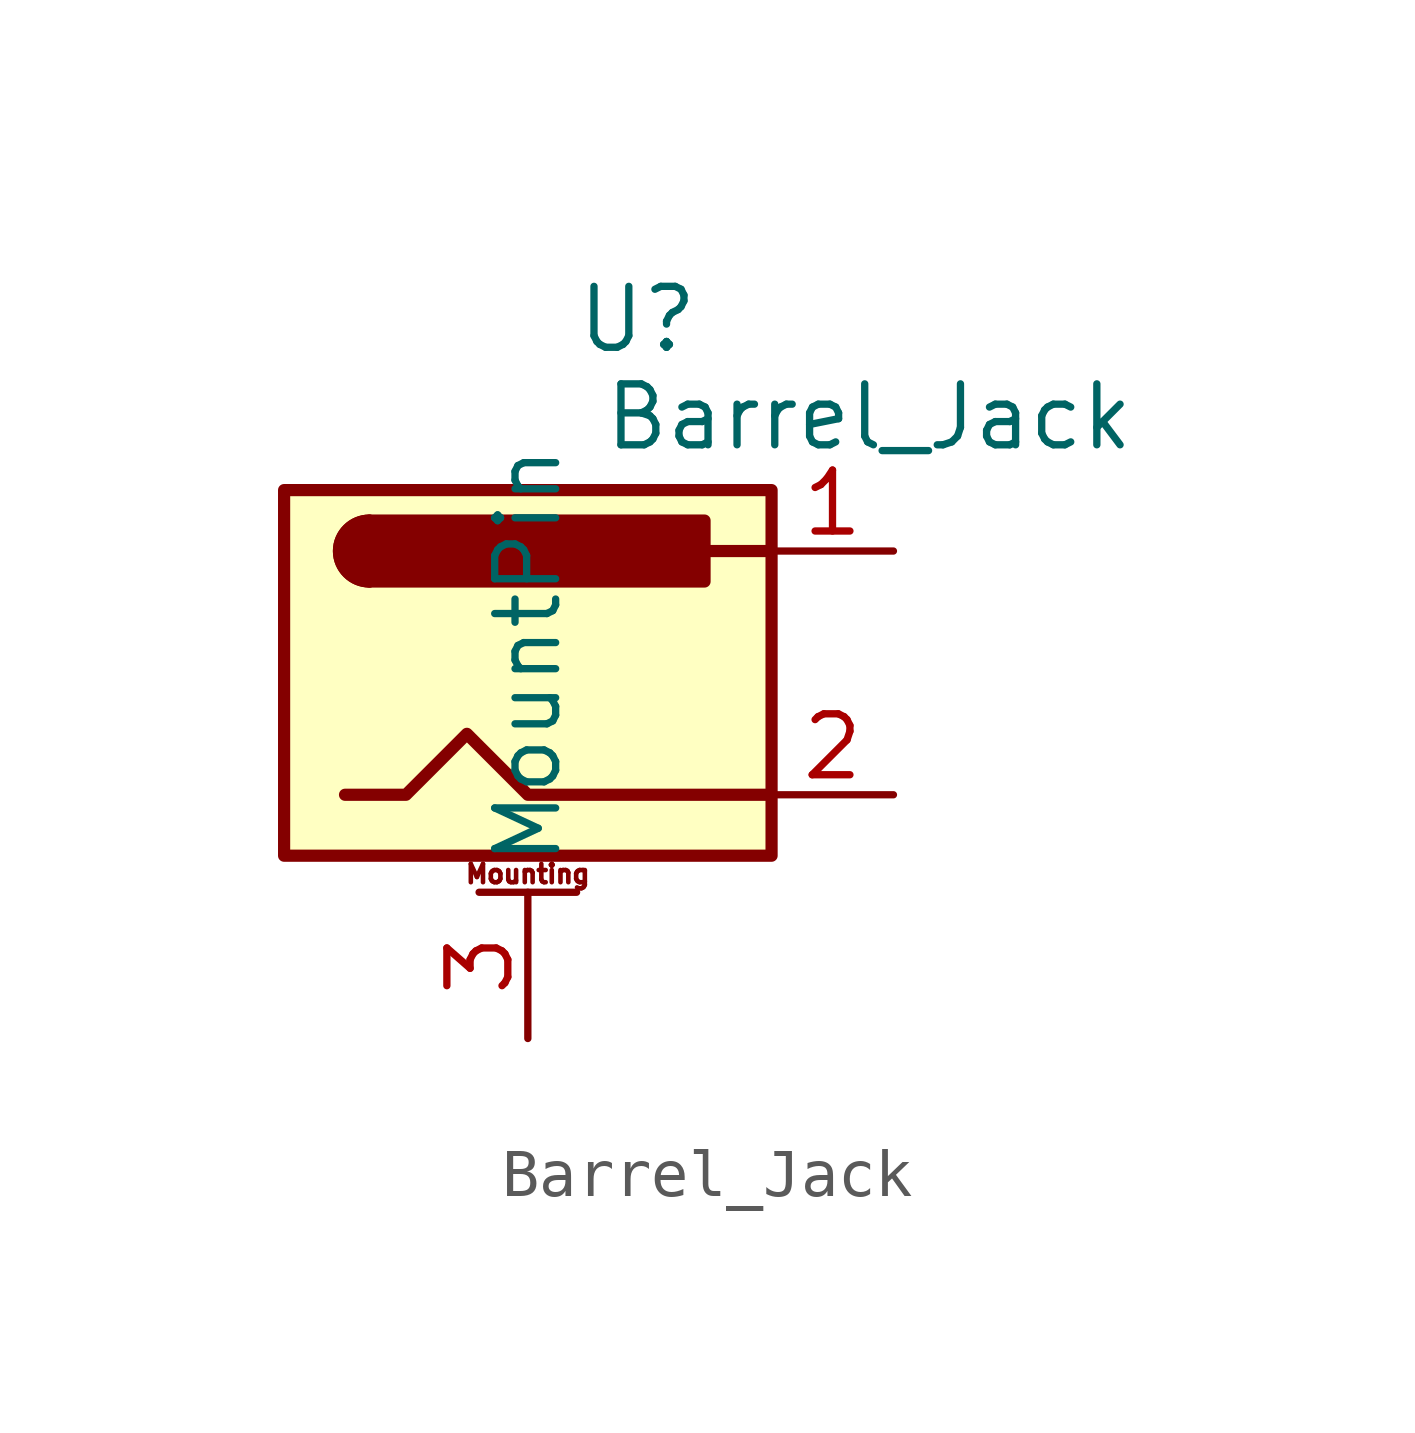
<source format=kicad_sym>
(kicad_symbol_lib
  (version 20231120)
  (generator "kicad_symbol_editor")
  (generator_version "8.0")
  (symbol "Barrel_Jack"
    (property "Reference" "U"
      (at 2.286 7.366 0)
      (effects (font (size 1.27 1.27))))
    (property "Value" "Barrel_Jack"
      (at 7.112 5.334 0)
      (effects (font (size 1.27 1.27))))
    (symbol "Barrel_Jack_0_1"
      (rectangle (start -5.08 3.81) (end 5.08 -3.81) (stroke (width 0.254) (type default)) (fill (type background)))
      (arc (start -3.302 3.175) (mid -3.9343 2.54) (end -3.302 1.905) (stroke (width 0.254) (type default)) (fill (type none)))
      (arc (start -3.302 3.175) (mid -3.9343 2.54) (end -3.302 1.905) (stroke (width 0.254) (type default)) (fill (type outline)))
      (polyline (pts (xy 5.08 2.54) (xy 3.81 2.54)) (stroke (width 0.254) (type default)) (fill (type none)))
      (polyline (pts (xy -3.81 -2.54) (xy -2.54 -2.54) (xy -1.27 -1.27) (xy 0 -2.54) (xy 2.54 -2.54) (xy 5.08 -2.54)) (stroke (width 0.254) (type default)) (fill (type none)))
      (rectangle (start 3.683 3.175) (end -3.302 1.905) (stroke (width 0.254) (type default)) (fill (type outline))))
    (symbol "Barrel_Jack_1_1"
      (polyline (pts (xy -1.016 -4.572) (xy 1.016 -4.572)) (stroke (width 0.152) (type default)) (fill (type none)))
      (text "Mounting" (at 0 -4.191 0) (effects (font (size 0.381 0.381))))
      (pin passive line (at 7.62 2.54 180) (length 2.54) (name "~" (effects (font (size 1.27 1.27)))) (number "1" (effects (font (size 1.27 1.27)))))
      (pin passive line (at 7.62 -2.54 180) (length 2.54) (name "~" (effects (font (size 1.27 1.27)))) (number "2" (effects (font (size 1.27 1.27)))))
      (pin passive line (at 0 -7.62 90) (length 3.048) (name "MountPin" (effects (font (size 1.27 1.27)))) (number "3" (effects (font (size 1.27 1.27))))))))
</source>
